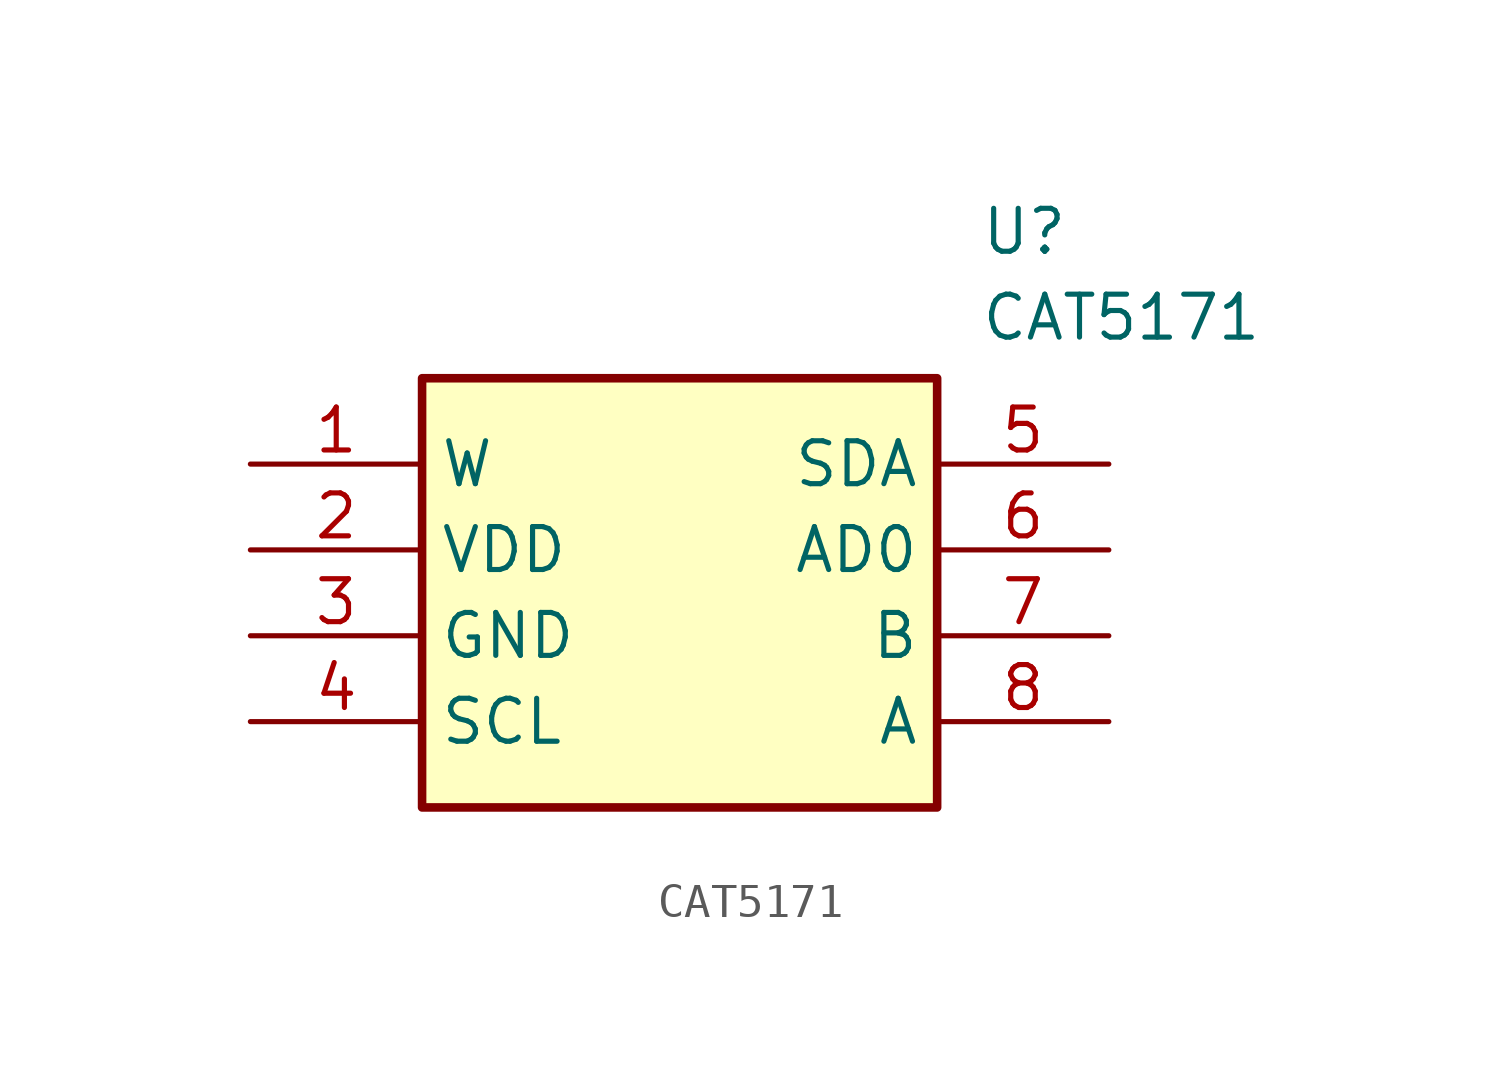
<source format=kicad_sym>
(kicad_symbol_lib
  (version 20211014)
  (generator SamacSys_ECAD_Model)
  (symbol "CAT5171"
    (property "Reference" "U"
      (at 21.59 7.62 0)
      (effects (font (size 1.27 1.27)) (justify left top)))
    (property "Value" "CAT5171"
      (at 21.59 5.08 0)
      (effects (font (size 1.27 1.27)) (justify left top)))
    (rectangle
      (start 5.08 2.54)
      (end 20.32 -10.16)
      (stroke (width 0.254) (type default))
      (fill (type background)))
    (pin passive line
      (at 0 0 0)
      (length 5.08)
      (name "W" (effects (font (size 1.27 1.27))))
      (number "1" (effects (font (size 1.27 1.27)))))
    (pin passive line
      (at 0 -2.54 0)
      (length 5.08)
      (name "VDD" (effects (font (size 1.27 1.27))))
      (number "2" (effects (font (size 1.27 1.27)))))
    (pin passive line
      (at 0 -5.08 0)
      (length 5.08)
      (name "GND" (effects (font (size 1.27 1.27))))
      (number "3" (effects (font (size 1.27 1.27)))))
    (pin passive line
      (at 0 -7.62 0)
      (length 5.08)
      (name "SCL" (effects (font (size 1.27 1.27))))
      (number "4" (effects (font (size 1.27 1.27)))))
    (pin passive line
      (at 25.4 0 180)
      (length 5.08)
      (name "SDA" (effects (font (size 1.27 1.27))))
      (number "5" (effects (font (size 1.27 1.27)))))
    (pin passive line
      (at 25.4 -2.54 180)
      (length 5.08)
      (name "AD0" (effects (font (size 1.27 1.27))))
      (number "6" (effects (font (size 1.27 1.27)))))
    (pin passive line
      (at 25.4 -5.08 180)
      (length 5.08)
      (name "B" (effects (font (size 1.27 1.27))))
      (number "7" (effects (font (size 1.27 1.27)))))
    (pin passive line
      (at 25.4 -7.62 180)
      (length 5.08)
      (name "A" (effects (font (size 1.27 1.27))))
      (number "8" (effects (font (size 1.27 1.27)))))))
</source>
